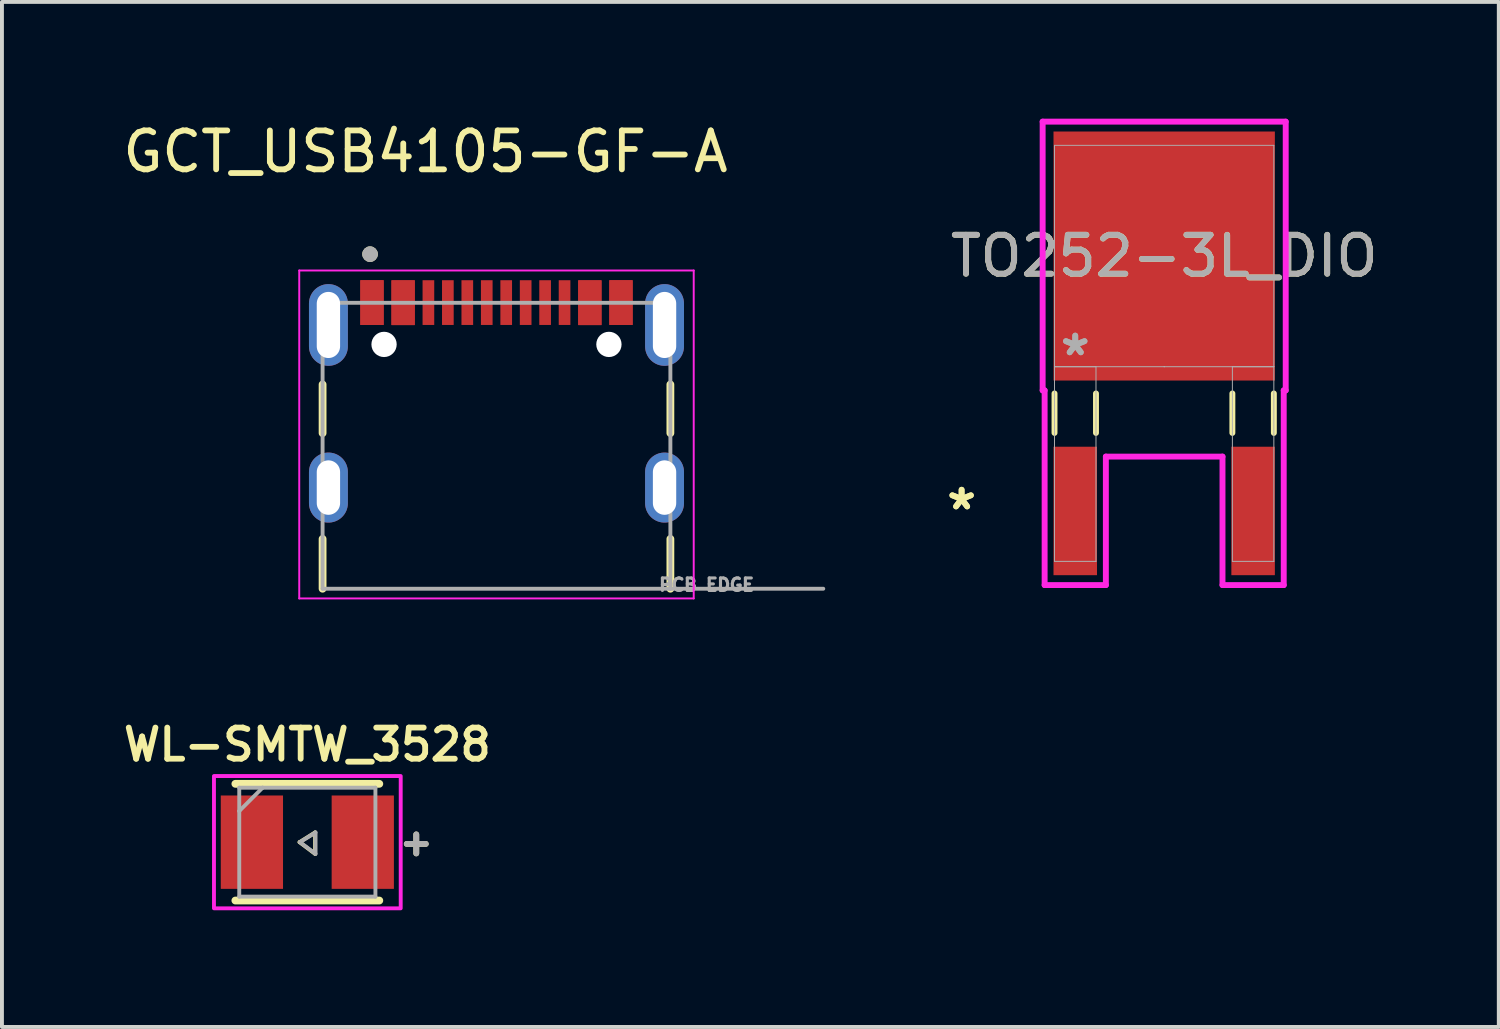
<source format=kicad_pcb>
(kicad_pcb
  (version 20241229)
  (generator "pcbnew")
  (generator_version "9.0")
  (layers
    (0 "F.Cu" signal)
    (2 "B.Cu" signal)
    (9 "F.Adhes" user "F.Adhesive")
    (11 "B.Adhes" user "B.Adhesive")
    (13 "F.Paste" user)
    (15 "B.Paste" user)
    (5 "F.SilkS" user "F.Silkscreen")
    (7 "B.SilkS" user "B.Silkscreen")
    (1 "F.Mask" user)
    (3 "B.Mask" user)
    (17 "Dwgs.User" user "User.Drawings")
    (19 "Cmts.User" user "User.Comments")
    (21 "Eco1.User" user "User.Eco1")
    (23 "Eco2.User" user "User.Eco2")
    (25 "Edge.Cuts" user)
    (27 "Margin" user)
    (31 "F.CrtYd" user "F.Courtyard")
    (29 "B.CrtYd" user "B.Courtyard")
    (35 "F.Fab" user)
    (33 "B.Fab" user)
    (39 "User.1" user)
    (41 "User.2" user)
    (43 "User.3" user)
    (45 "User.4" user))
  (footprint "GCT_USB4105-GF-A"
    (layer "F.Cu")
    (at 9.712 9.483)
    (property "Reference" "GCT_USB4105-GF-A" (at -1.825 -8.635 0) (layer "F.SilkS") (effects (font (size 1 1) (thickness 0.15))))
    (attr smd)
    (fp_poly (pts (xy -3.55 -5.38) (xy -2.85 -5.38) (xy -2.85 -4.13) (xy -3.55 -4.13)) (stroke (width 0.01) (type solid)) (fill yes) (layer "F.Mask"))
    (fp_poly (pts (xy -2.75 -5.38) (xy -2.05 -5.38) (xy -2.05 -4.13) (xy -2.75 -4.13)) (stroke (width 0.01) (type solid)) (fill yes) (layer "F.Mask"))
    (fp_poly (pts (xy -1.95 -5.38) (xy -1.55 -5.38) (xy -1.55 -4.13) (xy -1.95 -4.13)) (stroke (width 0.01) (type solid)) (fill yes) (layer "F.Mask"))
    (fp_poly (pts (xy -1.45 -5.38) (xy -1.05 -5.38) (xy -1.05 -4.13) (xy -1.45 -4.13)) (stroke (width 0.01) (type solid)) (fill yes) (layer "F.Mask"))
    (fp_poly (pts (xy -0.95 -5.38) (xy -0.55 -5.38) (xy -0.55 -4.13) (xy -0.95 -4.13)) (stroke (width 0.01) (type solid)) (fill yes) (layer "F.Mask"))
    (fp_poly (pts (xy -0.45 -5.38) (xy -0.05 -5.38) (xy -0.05 -4.13) (xy -0.45 -4.13)) (stroke (width 0.01) (type solid)) (fill yes) (layer "F.Mask"))
    (fp_poly (pts (xy 0.05 -5.38) (xy 0.45 -5.38) (xy 0.45 -4.13) (xy 0.05 -4.13)) (stroke (width 0.01) (type solid)) (fill yes) (layer "F.Mask"))
    (fp_poly (pts (xy 0.55 -5.38) (xy 0.95 -5.38) (xy 0.95 -4.13) (xy 0.55 -4.13)) (stroke (width 0.01) (type solid)) (fill yes) (layer "F.Mask"))
    (fp_poly (pts (xy 1.05 -5.38) (xy 1.45 -5.38) (xy 1.45 -4.13) (xy 1.05 -4.13)) (stroke (width 0.01) (type solid)) (fill yes) (layer "F.Mask"))
    (fp_poly (pts (xy 1.55 -5.38) (xy 1.95 -5.38) (xy 1.95 -4.13) (xy 1.55 -4.13)) (stroke (width 0.01) (type solid)) (fill yes) (layer "F.Mask"))
    (fp_poly (pts (xy 2.05 -5.38) (xy 2.75 -5.38) (xy 2.75 -4.13) (xy 2.05 -4.13)) (stroke (width 0.01) (type solid)) (fill yes) (layer "F.Mask"))
    (fp_poly (pts (xy 2.85 -5.38) (xy 3.55 -5.38) (xy 3.55 -4.13) (xy 2.85 -4.13)) (stroke (width 0.01) (type solid)) (fill yes) (layer "F.Mask"))
    (fp_line (start -4.47 -2.65) (end -4.47 -1.4) (stroke (width 0.2) (type solid)) (layer "F.SilkS"))
    (fp_line (start -4.47 1.32) (end -4.47 2.6) (stroke (width 0.2) (type solid)) (layer "F.SilkS"))
    (fp_line (start 4.47 -2.65) (end 4.47 -1.4) (stroke (width 0.2) (type solid)) (layer "F.SilkS"))
    (fp_line (start 4.47 2.6) (end 4.47 1.32) (stroke (width 0.2) (type solid)) (layer "F.SilkS"))
    (fp_circle (center -3.25 -6) (end -3.15 -6) (stroke (width 0.2) (type solid)) (fill no) (layer "F.SilkS"))
    (fp_line (start -5.07 -5.58) (end -5.07 2.85) (stroke (width 0.05) (type solid)) (layer "F.CrtYd"))
    (fp_line (start -5.07 2.85) (end 5.07 2.85) (stroke (width 0.05) (type solid)) (layer "F.CrtYd"))
    (fp_line (start 5.07 -5.58) (end -5.07 -5.58) (stroke (width 0.05) (type solid)) (layer "F.CrtYd"))
    (fp_line (start 5.07 2.85) (end 5.07 -5.58) (stroke (width 0.05) (type solid)) (layer "F.CrtYd"))
    (fp_line (start -4.47 -4.75) (end 4.47 -4.75) (stroke (width 0.1) (type solid)) (layer "F.Fab"))
    (fp_line (start -4.47 2.6) (end -4.47 -4.75) (stroke (width 0.1) (type solid)) (layer "F.Fab"))
    (fp_line (start 4.47 -4.75) (end 4.47 2.6) (stroke (width 0.1) (type solid)) (layer "F.Fab"))
    (fp_line (start 4.47 2.6) (end -4.47 2.6) (stroke (width 0.1) (type solid)) (layer "F.Fab"))
    (fp_line (start 4.47 2.6) (end 8.4 2.6) (stroke (width 0.1) (type solid)) (layer "F.Fab"))
    (fp_circle (center -3.25 -6) (end -3.15 -6) (stroke (width 0.2) (type solid)) (fill no) (layer "F.Fab"))
    (fp_text user "PCB EDGE" (at 5.4 2.5 0) (layer "F.Fab") (effects (font (size 0.32 0.32) (thickness 0.15))))
    (pad "" np_thru_hole circle (at -2.89 -3.68) (size 0.65 0.65) (drill 0.65) (layers "*.Cu" "*.Mask"))
    (pad "" np_thru_hole circle (at 2.89 -3.68) (size 0.65 0.65) (drill 0.65) (layers "*.Cu" "*.Mask"))
    (pad "A1" smd rect (at -3.2 -4.755) (size 0.6 1.15) (layers "F.Cu" "F.Paste"))
    (pad "A4" smd rect (at -2.4 -4.755) (size 0.6 1.15) (layers "F.Cu" "F.Paste"))
    (pad "A5" smd rect (at -1.25 -4.755) (size 0.3 1.15) (layers "F.Cu" "F.Paste"))
    (pad "A6" smd rect (at -0.25 -4.755) (size 0.3 1.15) (layers "F.Cu" "F.Paste"))
    (pad "A7" smd rect (at 0.25 -4.755) (size 0.3 1.15) (layers "F.Cu" "F.Paste"))
    (pad "A8" smd rect (at 1.25 -4.755) (size 0.3 1.15) (layers "F.Cu" "F.Paste"))
    (pad "A9" smd rect (at 2.4 -4.75) (size 0.6 1.15) (layers "F.Cu" "F.Paste"))
    (pad "A12" smd rect (at 3.2 -4.755) (size 0.6 1.15) (layers "F.Cu" "F.Paste"))
    (pad "B1" smd rect (at 3.2 -4.755) (size 0.6 1.15) (layers "F.Cu" "F.Paste"))
    (pad "B4" smd rect (at 2.4 -4.755) (size 0.6 1.15) (layers "F.Cu" "F.Paste"))
    (pad "B5" smd rect (at 1.75 -4.755) (size 0.3 1.15) (layers "F.Cu" "F.Paste"))
    (pad "B6" smd rect (at 0.75 -4.755) (size 0.3 1.15) (layers "F.Cu" "F.Paste"))
    (pad "B7" smd rect (at -0.75 -4.755) (size 0.3 1.15) (layers "F.Cu" "F.Paste"))
    (pad "B8" smd rect (at -1.75 -4.755) (size 0.3 1.15) (layers "F.Cu" "F.Paste"))
    (pad "B9" smd rect (at -2.4 -4.75) (size 0.6 1.15) (layers "F.Cu" "F.Paste"))
    (pad "B12" smd rect (at -3.2 -4.755) (size 0.6 1.15) (layers "F.Cu" "F.Paste"))
    (pad "S1" thru_hole oval (at -4.32 -4.18) (size 1 2.1) (drill oval 0.6 1.7) (layers "*.Cu" "*.Mask"))
    (pad "S1" thru_hole oval (at -4.32 0) (size 1 1.8) (drill oval 0.6 1.4) (layers "*.Cu" "*.Mask"))
    (pad "S1" thru_hole oval (at 4.32 -4.18) (size 1 2.1) (drill oval 0.6 1.7) (layers "*.Cu" "*.Mask"))
    (pad "S1" thru_hole oval (at 4.32 0) (size 1 1.8) (drill oval 0.6 1.4) (layers "*.Cu" "*.Mask")))
  (footprint "WL-SMTW_3528"
    (layer "F.Cu")
    (at 4.85 18.598)
    (property "Reference" "WL-SMTW_3528" (at 0 -2.508 0) (layer "F.SilkS") (effects (font (size 0.8 0.8) (thickness 0.15))))
    (attr smd)
    (fp_line (start -1.85 -1.5) (end 1.85 -1.5) (stroke (width 0.2) (type solid)) (layer "F.SilkS"))
    (fp_line (start -0.2 0) (end 0.2 -0.25) (stroke (width 0.1) (type solid)) (layer "F.SilkS"))
    (fp_line (start 0.2 -0.25) (end 0.2 0.3) (stroke (width 0.1) (type solid)) (layer "F.SilkS"))
    (fp_line (start 0.2 0.3) (end -0.2 0) (stroke (width 0.1) (type solid)) (layer "F.SilkS"))
    (fp_line (start 1.85 1.5) (end -1.85 1.5) (stroke (width 0.2) (type solid)) (layer "F.SilkS"))
    (fp_poly (pts (xy 2.4 -1.7) (xy 2.4 1.7) (xy -2.4 1.7) (xy -2.4 -1.7)) (stroke (width 0.1) (type solid)) (fill no) (layer "F.CrtYd"))
    (fp_line (start -1.75 -1.4) (end -1.15 -1.4) (stroke (width 0.1) (type solid)) (layer "F.Fab"))
    (fp_line (start -1.75 -0.8) (end -1.75 -1.4) (stroke (width 0.1) (type solid)) (layer "F.Fab"))
    (fp_line (start -1.75 -0.8) (end -1.15 -1.4) (stroke (width 0.1) (type solid)) (layer "F.Fab"))
    (fp_line (start -1.75 1.4) (end -1.75 -0.8) (stroke (width 0.1) (type solid)) (layer "F.Fab"))
    (fp_line (start -1.15 -1.4) (end 1.75 -1.4) (stroke (width 0.1) (type solid)) (layer "F.Fab"))
    (fp_line (start -0.19 0) (end 0.21 -0.25) (stroke (width 0.1) (type solid)) (layer "F.Fab"))
    (fp_line (start 0.21 -0.25) (end 0.21 0.3) (stroke (width 0.1) (type solid)) (layer "F.Fab"))
    (fp_line (start 0.21 0.3) (end -0.19 0) (stroke (width 0.1) (type solid)) (layer "F.Fab"))
    (fp_line (start 1.75 -1.4) (end 1.75 1.4) (stroke (width 0.1) (type solid)) (layer "F.Fab"))
    (fp_line (start 1.75 1.4) (end -1.75 1.4) (stroke (width 0.1) (type solid)) (layer "F.Fab"))
    (fp_text user "+" (at 2.8 0 0) (layer "F.SilkS") (effects (font (size 0.64 0.64) (thickness 0.15))))
    (fp_text user "+" (at 2.8 0 0) (layer "F.Fab") (effects (font (size 0.64 0.64) (thickness 0.15))))
    (pad "1" smd rect (at -1.425 0) (size 1.6 2.4) (layers "F.Cu" "F.Mask" "F.Paste"))
    (pad "2" smd rect (at 1.425 0) (size 1.6 2.4) (layers "F.Cu" "F.Mask" "F.Paste")))
  (footprint "TO252-3L_DIO"
    (layer "F.Cu")
    (at 26.875 3.531)
    (property "Reference" "TO252-3L_DIO" (at 0 0 0) (unlocked yes) (layer "F.SilkS") (effects (font (size 1 1) (thickness 0.15))))
    (attr smd)
    (fp_line (start -2.819 3.533) (end -2.819 4.547) (stroke (width 0.152) (type solid)) (layer "F.SilkS"))
    (fp_line (start -1.753 3.533) (end -1.753 4.547) (stroke (width 0.152) (type solid)) (layer "F.SilkS"))
    (fp_line (start 1.753 3.533) (end 1.753 4.547) (stroke (width 0.152) (type solid)) (layer "F.SilkS"))
    (fp_line (start 2.819 3.533) (end 2.819 4.547) (stroke (width 0.152) (type solid)) (layer "F.SilkS"))
    (fp_line (start -3.124 -3.454) (end 3.124 -3.454) (stroke (width 0.152) (type solid)) (layer "F.CrtYd"))
    (fp_line (start -3.124 3.454) (end -3.124 -3.454) (stroke (width 0.152) (type solid)) (layer "F.CrtYd"))
    (fp_line (start -3.073 3.454) (end -3.124 3.454) (stroke (width 0.152) (type solid)) (layer "F.CrtYd"))
    (fp_line (start -3.073 8.458) (end -3.073 3.454) (stroke (width 0.152) (type solid)) (layer "F.CrtYd"))
    (fp_line (start -1.499 5.156) (end -1.499 8.458) (stroke (width 0.152) (type solid)) (layer "F.CrtYd"))
    (fp_line (start -1.499 8.458) (end -3.073 8.458) (stroke (width 0.152) (type solid)) (layer "F.CrtYd"))
    (fp_line (start 1.499 5.156) (end -1.499 5.156) (stroke (width 0.152) (type solid)) (layer "F.CrtYd"))
    (fp_line (start 1.499 8.458) (end 1.499 5.156) (stroke (width 0.152) (type solid)) (layer "F.CrtYd"))
    (fp_line (start 3.073 3.454) (end 3.073 8.458) (stroke (width 0.152) (type solid)) (layer "F.CrtYd"))
    (fp_line (start 3.073 8.458) (end 1.499 8.458) (stroke (width 0.152) (type solid)) (layer "F.CrtYd"))
    (fp_line (start 3.124 -3.454) (end 3.124 3.454) (stroke (width 0.152) (type solid)) (layer "F.CrtYd"))
    (fp_line (start 3.124 3.454) (end 3.073 3.454) (stroke (width 0.152) (type solid)) (layer "F.CrtYd"))
    (fp_line (start -2.819 -2.845) (end -2.819 2.845) (stroke (width 0.025) (type solid)) (layer "F.Fab"))
    (fp_line (start -2.819 2.845) (end -2.819 7.849) (stroke (width 0.025) (type solid)) (layer "F.Fab"))
    (fp_line (start -2.819 2.845) (end 2.819 2.845) (stroke (width 0.025) (type solid)) (layer "F.Fab"))
    (fp_line (start -2.819 7.849) (end -1.753 7.849) (stroke (width 0.025) (type solid)) (layer "F.Fab"))
    (fp_line (start -1.753 2.845) (end -2.819 2.845) (stroke (width 0.025) (type solid)) (layer "F.Fab"))
    (fp_line (start -1.753 7.849) (end -1.753 2.845) (stroke (width 0.025) (type solid)) (layer "F.Fab"))
    (fp_line (start 0 2.845) (end 0 2.845) (stroke (width 0.025) (type solid)) (layer "F.Fab"))
    (fp_line (start 0 2.845) (end 0 2.845) (stroke (width 0.025) (type solid)) (layer "F.Fab"))
    (fp_line (start 0 2.845) (end 0 2.845) (stroke (width 0.025) (type solid)) (layer "F.Fab"))
    (fp_line (start 1.753 2.845) (end 1.753 7.849) (stroke (width 0.025) (type solid)) (layer "F.Fab"))
    (fp_line (start 1.753 7.849) (end 2.819 7.849) (stroke (width 0.025) (type solid)) (layer "F.Fab"))
    (fp_line (start 2.819 -2.845) (end -2.819 -2.845) (stroke (width 0.025) (type solid)) (layer "F.Fab"))
    (fp_line (start 2.819 2.845) (end 1.753 2.845) (stroke (width 0.025) (type solid)) (layer "F.Fab"))
    (fp_line (start 2.819 2.845) (end 2.819 -2.845) (stroke (width 0.025) (type solid)) (layer "F.Fab"))
    (fp_line (start 2.819 7.849) (end 2.819 2.845) (stroke (width 0.025) (type solid)) (layer "F.Fab"))
    (fp_text user "*" (at -5.207 6.553 0) (layer "F.SilkS") (effects (font (size 1 1) (thickness 0.15))))
    (fp_text user "*" (at -5.207 6.553 0) (unlocked yes) (layer "F.SilkS") (effects (font (size 1 1) (thickness 0.15))))
    (fp_text user "*" (at -2.286 2.591 0) (unlocked yes) (layer "F.Fab") (effects (font (size 1 1) (thickness 0.15))))
    (fp_text user "*" (at -2.286 2.591 0) (layer "F.Fab") (effects (font (size 1 1) (thickness 0.15))))
    (fp_text user "${REFERENCE}" (at 0 0 0) (unlocked yes) (layer "F.Fab") (effects (font (size 1 1) (thickness 0.15))))
    (pad "1" smd rect (at -2.286 6.553) (size 1.118 3.302) (layers "F.Cu" "F.Mask" "F.Paste"))
    (pad "2" smd rect (at 0 0) (size 5.69 6.401) (layers "F.Cu" "F.Mask" "F.Paste"))
    (pad "3" smd rect (at 2.286 6.553) (size 1.118 3.302) (layers "F.Cu" "F.Mask" "F.Paste")))
  (gr_rect
    (start -3 -3)
    (end 35.476 23.348)
    (stroke (width 0.1) (type default))
    (fill no)
    (layer "Edge.Cuts")))
</source>
